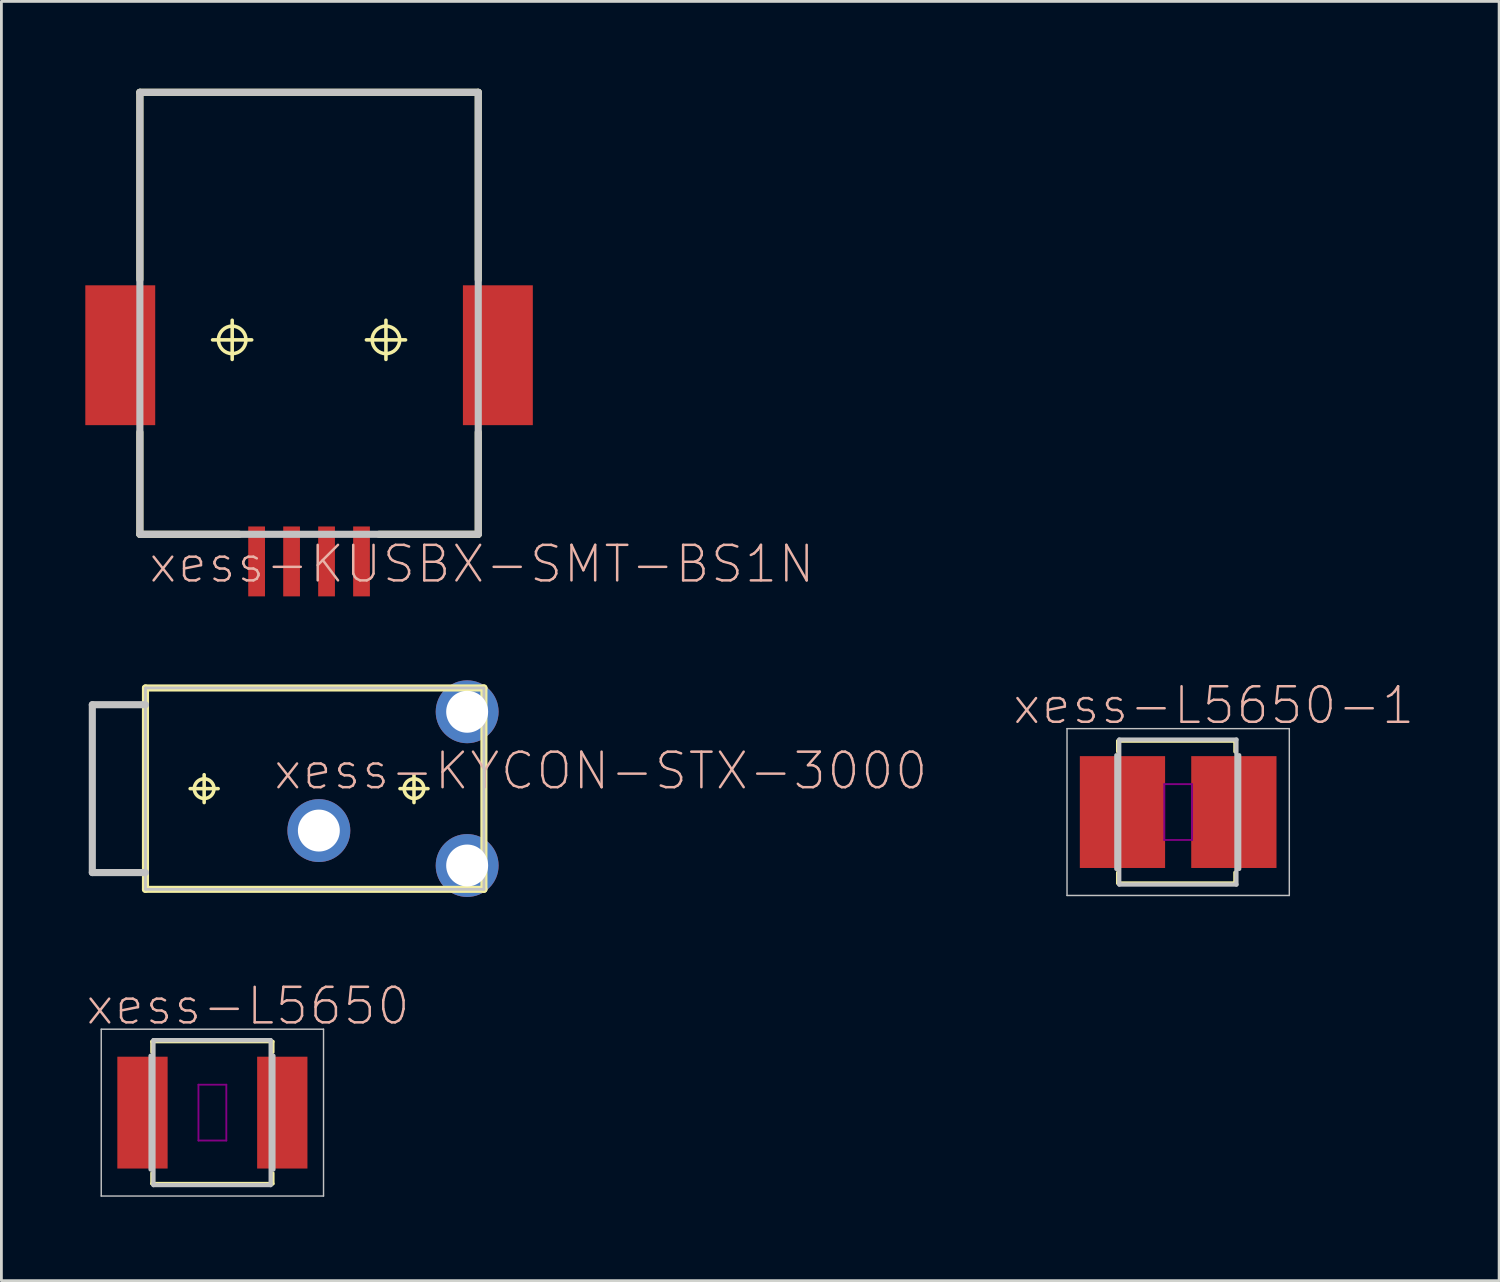
<source format=kicad_pcb>
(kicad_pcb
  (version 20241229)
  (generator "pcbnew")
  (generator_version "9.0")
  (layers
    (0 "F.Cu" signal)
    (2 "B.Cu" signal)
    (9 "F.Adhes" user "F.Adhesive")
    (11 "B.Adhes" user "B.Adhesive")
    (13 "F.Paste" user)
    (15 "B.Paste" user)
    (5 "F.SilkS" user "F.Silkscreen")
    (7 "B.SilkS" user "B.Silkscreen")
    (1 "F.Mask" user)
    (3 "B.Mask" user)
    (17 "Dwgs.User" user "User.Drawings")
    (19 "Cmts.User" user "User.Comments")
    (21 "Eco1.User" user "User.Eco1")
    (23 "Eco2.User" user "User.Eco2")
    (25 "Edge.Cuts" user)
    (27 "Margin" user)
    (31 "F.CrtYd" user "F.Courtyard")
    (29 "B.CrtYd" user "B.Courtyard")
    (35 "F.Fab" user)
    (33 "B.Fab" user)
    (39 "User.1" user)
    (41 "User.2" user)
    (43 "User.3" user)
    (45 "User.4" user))
  (footprint "xess-L5650-1"
    (layer "F.Cu")
    (at 39.065 25.978)
    (property "Reference" "xess-L5650-1" (at 1.27 -3.81 0) (layer "B.SilkS") (effects (font (size 1.27 1.27) (thickness 0.089))))
    (attr smd)
    (fp_line (start -2.159 -2.54) (end 2.032 -2.54) (stroke (width 0.127) (type solid)) (layer "F.SilkS"))
    (fp_line (start -2.159 -2.159) (end -2.159 -2.54) (stroke (width 0.127) (type solid)) (layer "F.SilkS"))
    (fp_line (start -2.159 2.159) (end -2.159 2.54) (stroke (width 0.127) (type solid)) (layer "F.SilkS"))
    (fp_line (start -2.159 2.54) (end 2.032 2.54) (stroke (width 0.127) (type solid)) (layer "F.SilkS"))
    (fp_line (start 2.032 -2.54) (end 2.032 -2.159) (stroke (width 0.127) (type solid)) (layer "F.SilkS"))
    (fp_line (start 2.032 2.54) (end 2.032 2.159) (stroke (width 0.127) (type solid)) (layer "F.SilkS"))
    (fp_line (start -0.498 -0.998) (end 0.498 -0.998) (stroke (width 0.066) (type solid)) (layer "F.Adhes"))
    (fp_line (start -0.498 0.998) (end -0.498 -0.998) (stroke (width 0.066) (type solid)) (layer "F.Adhes"))
    (fp_line (start -0.498 0.998) (end 0.498 0.998) (stroke (width 0.066) (type solid)) (layer "F.Adhes"))
    (fp_line (start 0.498 0.998) (end 0.498 -0.998) (stroke (width 0.066) (type solid)) (layer "F.Adhes"))
    (fp_line (start -3.973 -2.982) (end 3.973 -2.982) (stroke (width 0.051) (type solid)) (layer "Dwgs.User"))
    (fp_line (start -3.973 2.982) (end -3.973 -2.982) (stroke (width 0.051) (type solid)) (layer "Dwgs.User"))
    (fp_line (start -2.21 -2.032) (end -2.21 2.032) (stroke (width 0.152) (type solid)) (layer "Dwgs.User"))
    (fp_line (start -2.106 -2.591) (end -2.106 2.591) (stroke (width 0.152) (type solid)) (layer "Dwgs.User"))
    (fp_line (start -2.106 2.591) (end 2.083 2.591) (stroke (width 0.152) (type solid)) (layer "Dwgs.User"))
    (fp_line (start 2.083 -2.591) (end -2.106 -2.591) (stroke (width 0.152) (type solid)) (layer "Dwgs.User"))
    (fp_line (start 2.083 -2.591) (end 2.083 2.591) (stroke (width 0.152) (type solid)) (layer "Dwgs.User"))
    (fp_line (start 2.182 -2.032) (end 2.182 2.032) (stroke (width 0.152) (type solid)) (layer "Dwgs.User"))
    (fp_line (start 3.973 -2.982) (end 3.973 2.982) (stroke (width 0.051) (type solid)) (layer "Dwgs.User"))
    (fp_line (start 3.973 2.982) (end -3.973 2.982) (stroke (width 0.051) (type solid)) (layer "Dwgs.User"))
    (pad "1" smd rect (at -1.991 0) (size 3.048 3.998) (layers "F.Cu" "F.Mask" "F.Paste"))
    (pad "2" smd rect (at 1.991 0) (size 3.048 3.998) (layers "F.Cu" "F.Mask" "F.Paste")))
  (footprint "xess-KYCON-STX-3000"
    (layer "F.Cu")
    (at 0.25 25.141)
    (property "Reference" "xess-KYCON-STX-3000" (at 18.174 -0.635 0) (layer "B.SilkS") (effects (font (size 1.27 1.27) (thickness 0.089))))
    (attr exclude_from_pos_files exclude_from_bom)
    (fp_line (start 1.9 -3.599) (end 1.9 3.599) (stroke (width 0.254) (type solid)) (layer "F.SilkS"))
    (fp_line (start 1.9 3) (end 1.9 -3) (stroke (width 0.127) (type solid)) (layer "F.SilkS"))
    (fp_line (start 1.9 3.599) (end 13.998 3.599) (stroke (width 0.254) (type solid)) (layer "F.SilkS"))
    (fp_line (start 3.498 0) (end 4.498 0) (stroke (width 0.127) (type solid)) (layer "F.SilkS"))
    (fp_line (start 3.998 0.498) (end 3.998 -0.498) (stroke (width 0.127) (type solid)) (layer "F.SilkS"))
    (fp_line (start 10.998 0) (end 11.999 0) (stroke (width 0.127) (type solid)) (layer "F.SilkS"))
    (fp_line (start 11.499 0.498) (end 11.499 -0.498) (stroke (width 0.127) (type solid)) (layer "F.SilkS"))
    (fp_line (start 13.998 -3.599) (end 1.9 -3.599) (stroke (width 0.254) (type solid)) (layer "F.SilkS"))
    (fp_line (start 13.998 3.599) (end 13.998 -3.599) (stroke (width 0.254) (type solid)) (layer "F.SilkS"))
    (fp_circle (center 3.998 0) (end 4.247 0.249) (stroke (width 0.127) (type solid)) (fill no) (layer "F.SilkS"))
    (fp_circle (center 11.499 0) (end 11.748 0.249) (stroke (width 0.127) (type solid)) (fill no) (layer "F.SilkS"))
    (fp_line (start 0 -3) (end 0 3) (stroke (width 0.254) (type solid)) (layer "Dwgs.User"))
    (fp_line (start 0 3) (end 1.9 3) (stroke (width 0.254) (type solid)) (layer "Dwgs.User"))
    (fp_line (start 1.9 -3.599) (end 1.9 3.599) (stroke (width 0.1) (type solid)) (layer "Dwgs.User"))
    (fp_line (start 1.9 -3) (end 0 -3) (stroke (width 0.254) (type solid)) (layer "Dwgs.User"))
    (fp_line (start 1.9 3.599) (end 13.998 3.599) (stroke (width 0.1) (type solid)) (layer "Dwgs.User"))
    (fp_line (start 13.998 -3.599) (end 1.9 -3.599) (stroke (width 0.1) (type solid)) (layer "Dwgs.User"))
    (fp_line (start 13.998 3.599) (end 13.998 -3.599) (stroke (width 0.1) (type solid)) (layer "Dwgs.User"))
    (pad "CHAN" thru_hole circle (at 13.399 -2.748) (size 2.248 2.248) (drill 1.499) (layers "*.Cu" "*.Mask"))
    (pad "CHAN" thru_hole circle (at 13.399 2.748) (size 2.248 2.248) (drill 1.499) (layers "*.Cu" "*.Mask"))
    (pad "COMM" thru_hole circle (at 8.098 1.499) (size 2.248 2.248) (drill 1.499) (layers "*.Cu" "*.Mask")))
  (footprint "xess-L5650"
    (layer "F.Cu")
    (at 4.542 36.722)
    (property "Reference" "xess-L5650" (at 1.27 -3.81 0) (layer "B.SilkS") (effects (font (size 1.27 1.27) (thickness 0.089))))
    (attr smd)
    (fp_line (start -2.159 -2.54) (end 2.159 -2.54) (stroke (width 0.127) (type solid)) (layer "F.SilkS"))
    (fp_line (start -2.159 -2.159) (end -2.159 -2.54) (stroke (width 0.127) (type solid)) (layer "F.SilkS"))
    (fp_line (start -2.159 2.159) (end -2.159 2.54) (stroke (width 0.127) (type solid)) (layer "F.SilkS"))
    (fp_line (start -2.159 2.54) (end 2.159 2.54) (stroke (width 0.127) (type solid)) (layer "F.SilkS"))
    (fp_line (start 2.159 -2.54) (end 2.159 -2.159) (stroke (width 0.127) (type solid)) (layer "F.SilkS"))
    (fp_line (start 2.159 2.54) (end 2.159 2.159) (stroke (width 0.127) (type solid)) (layer "F.SilkS"))
    (fp_line (start -0.498 -0.998) (end 0.498 -0.998) (stroke (width 0.066) (type solid)) (layer "F.Adhes"))
    (fp_line (start -0.498 0.998) (end -0.498 -0.998) (stroke (width 0.066) (type solid)) (layer "F.Adhes"))
    (fp_line (start -0.498 0.998) (end 0.498 0.998) (stroke (width 0.066) (type solid)) (layer "F.Adhes"))
    (fp_line (start 0.498 0.998) (end 0.498 -0.998) (stroke (width 0.066) (type solid)) (layer "F.Adhes"))
    (fp_line (start -3.973 -2.982) (end 3.973 -2.982) (stroke (width 0.051) (type solid)) (layer "Dwgs.User"))
    (fp_line (start -3.973 2.982) (end -3.973 -2.982) (stroke (width 0.051) (type solid)) (layer "Dwgs.User"))
    (fp_line (start -2.21 -2.032) (end -2.21 2.032) (stroke (width 0.152) (type solid)) (layer "Dwgs.User"))
    (fp_line (start -2.106 -2.591) (end -2.106 2.591) (stroke (width 0.152) (type solid)) (layer "Dwgs.User"))
    (fp_line (start -2.106 2.591) (end 2.083 2.591) (stroke (width 0.152) (type solid)) (layer "Dwgs.User"))
    (fp_line (start 2.083 -2.591) (end -2.106 -2.591) (stroke (width 0.152) (type solid)) (layer "Dwgs.User"))
    (fp_line (start 2.083 -2.591) (end 2.083 2.591) (stroke (width 0.152) (type solid)) (layer "Dwgs.User"))
    (fp_line (start 2.182 -2.032) (end 2.182 2.032) (stroke (width 0.152) (type solid)) (layer "Dwgs.User"))
    (fp_line (start 3.973 -2.982) (end 3.973 2.982) (stroke (width 0.051) (type solid)) (layer "Dwgs.User"))
    (fp_line (start 3.973 2.982) (end -3.973 2.982) (stroke (width 0.051) (type solid)) (layer "Dwgs.User"))
    (pad "1" smd rect (at -2.499 0) (size 1.798 3.998) (layers "F.Cu" "F.Mask" "F.Paste"))
    (pad "2" smd rect (at 2.499 0) (size 1.798 3.998) (layers "F.Cu" "F.Mask" "F.Paste")))
  (footprint "xess-KUSBX-SMT-BS1N"
    (layer "F.Cu")
    (at 7.998 0.25)
    (property "Reference" "xess-KUSBX-SMT-BS1N" (at 6.175 16.863 0) (layer "B.SilkS") (effects (font (size 1.27 1.27) (thickness 0.089))))
    (attr smd)
    (fp_line (start -6.048 0) (end 6.048 0) (stroke (width 0.254) (type solid)) (layer "F.SilkS"))
    (fp_line (start -6.048 6.698) (end -6.048 0) (stroke (width 0.254) (type solid)) (layer "F.SilkS"))
    (fp_line (start -6.048 12.149) (end -6.048 15.799) (stroke (width 0.254) (type solid)) (layer "F.SilkS"))
    (fp_line (start -6.048 15.799) (end -2.499 15.799) (stroke (width 0.254) (type solid)) (layer "F.SilkS"))
    (fp_line (start -3.449 8.849) (end -2.05 8.849) (stroke (width 0.127) (type solid)) (layer "F.SilkS"))
    (fp_line (start -2.748 9.548) (end -2.748 8.148) (stroke (width 0.127) (type solid)) (layer "F.SilkS"))
    (fp_line (start 2.05 8.849) (end 3.449 8.849) (stroke (width 0.127) (type solid)) (layer "F.SilkS"))
    (fp_line (start 2.748 9.548) (end 2.748 8.148) (stroke (width 0.127) (type solid)) (layer "F.SilkS"))
    (fp_line (start 6.048 0) (end 6.048 6.698) (stroke (width 0.254) (type solid)) (layer "F.SilkS"))
    (fp_line (start 6.048 12.149) (end 6.048 15.799) (stroke (width 0.254) (type solid)) (layer "F.SilkS"))
    (fp_line (start 6.048 15.799) (end 2.499 15.799) (stroke (width 0.254) (type solid)) (layer "F.SilkS"))
    (fp_circle (center -2.748 8.849) (end -3.096 9.197) (stroke (width 0.127) (type solid)) (fill no) (layer "F.SilkS"))
    (fp_circle (center 2.748 8.849) (end 3.096 9.197) (stroke (width 0.127) (type solid)) (fill no) (layer "F.SilkS"))
    (fp_line (start -6.048 0) (end -6.048 15.799) (stroke (width 0.254) (type solid)) (layer "Dwgs.User"))
    (fp_line (start -6.048 15.799) (end 6.048 15.799) (stroke (width 0.254) (type solid)) (layer "Dwgs.User"))
    (fp_line (start 6.048 0) (end -6.048 0) (stroke (width 0.254) (type solid)) (layer "Dwgs.User"))
    (fp_line (start 6.048 15.799) (end 6.048 0) (stroke (width 0.254) (type solid)) (layer "Dwgs.User"))
    (pad "1" smd rect (at -1.875 16.769) (size 0.599 2.499) (layers "F.Cu" "F.Mask" "F.Paste"))
    (pad "2" smd rect (at 0.625 16.769) (size 0.599 2.499) (layers "F.Cu" "F.Mask" "F.Paste"))
    (pad "3" smd rect (at 1.875 16.769) (size 0.599 2.499) (layers "F.Cu" "F.Mask" "F.Paste"))
    (pad "4" smd rect (at -0.625 16.769) (size 0.599 2.499) (layers "F.Cu" "F.Mask" "F.Paste"))
    (pad "CGND" smd rect (at -6.749 9.398) (size 2.499 4.999) (layers "F.Cu" "F.Mask" "F.Paste"))
    (pad "CGND" smd rect (at 6.749 9.398) (size 2.499 4.999) (layers "F.Cu" "F.Mask" "F.Paste")))
  (gr_rect
    (start -3 -3)
    (end 50.538 42.73)
    (stroke (width 0.1) (type default))
    (fill no)
    (layer "Edge.Cuts")))
</source>
